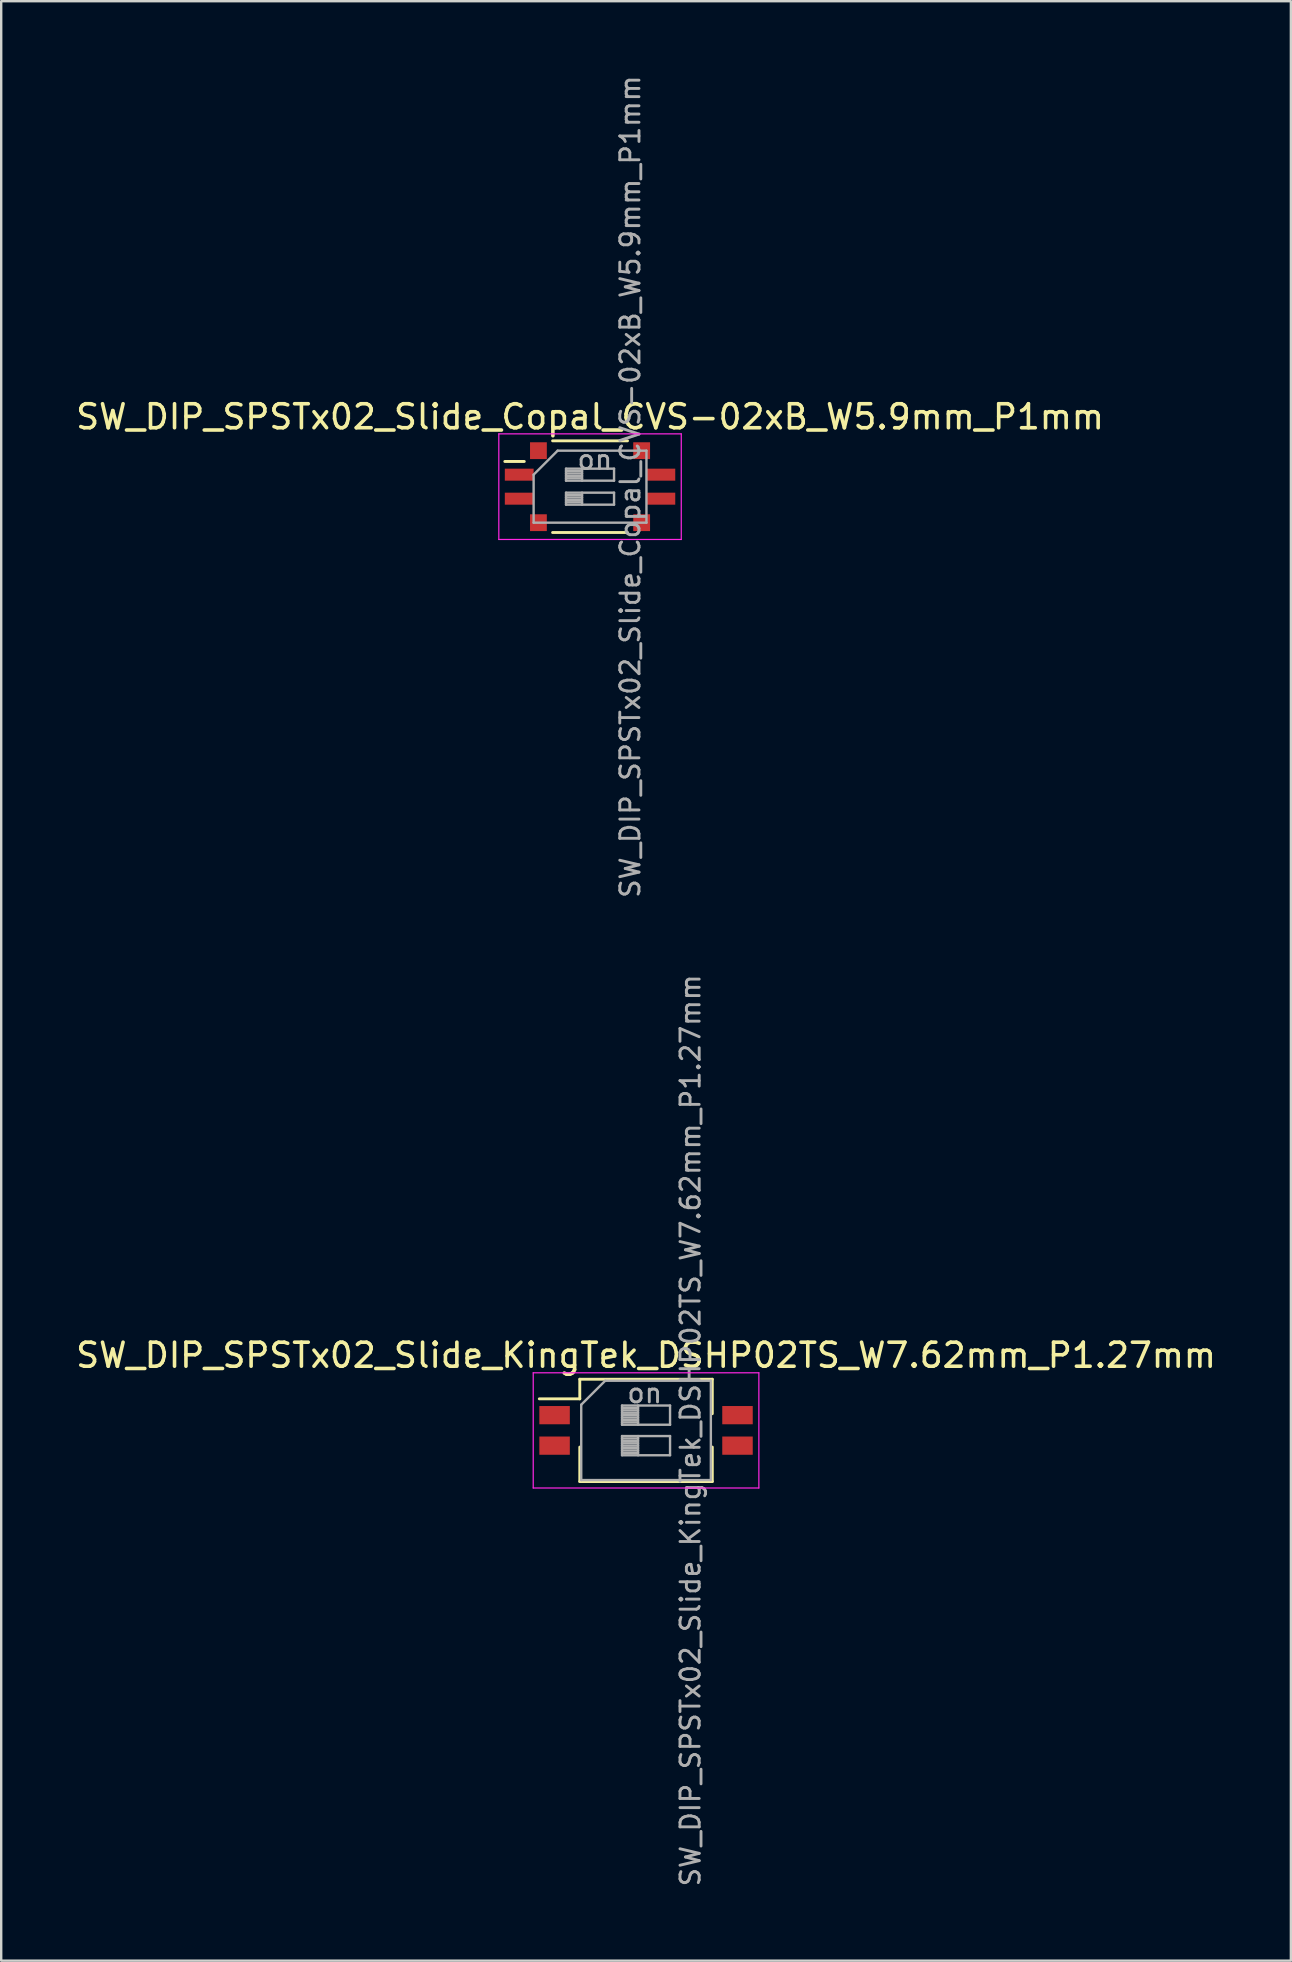
<source format=kicad_pcb>
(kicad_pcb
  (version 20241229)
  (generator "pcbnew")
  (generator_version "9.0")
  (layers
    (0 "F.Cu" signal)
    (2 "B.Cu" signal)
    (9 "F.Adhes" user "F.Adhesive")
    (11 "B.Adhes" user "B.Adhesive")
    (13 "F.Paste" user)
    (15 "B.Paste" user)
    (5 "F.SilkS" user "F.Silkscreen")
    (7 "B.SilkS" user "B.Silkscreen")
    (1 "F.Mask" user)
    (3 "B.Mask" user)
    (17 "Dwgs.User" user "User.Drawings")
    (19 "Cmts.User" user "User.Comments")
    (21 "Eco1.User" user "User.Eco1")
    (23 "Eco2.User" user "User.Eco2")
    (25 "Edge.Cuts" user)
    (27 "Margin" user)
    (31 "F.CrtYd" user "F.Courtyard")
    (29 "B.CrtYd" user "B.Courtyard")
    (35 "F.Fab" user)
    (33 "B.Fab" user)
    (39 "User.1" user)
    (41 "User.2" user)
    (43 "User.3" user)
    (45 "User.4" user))
  (footprint "SW_DIP_SPSTx02_Slide_KingTek_DSHP02TS_W7.62mm_P1.27mm"
    (layer "F.Cu")
    (at 23.863 56.538)
    (property "Reference" "SW_DIP_SPSTx02_Slide_KingTek_DSHP02TS_W7.62mm_P1.27mm" (at 0 -3.13 0) (layer "F.SilkS") (effects (font (size 1 1) (thickness 0.15))))
    (attr smd)
    (fp_line (start -4.446 -1.315) (end -2.76 -1.315) (stroke (width 0.12) (type solid)) (layer "F.SilkS"))
    (fp_line (start -2.76 -2.131) (end -2.76 -1.315) (stroke (width 0.12) (type solid)) (layer "F.SilkS"))
    (fp_line (start -2.76 -2.131) (end 2.76 -2.131) (stroke (width 0.12) (type solid)) (layer "F.SilkS"))
    (fp_line (start -2.76 0.695) (end -2.76 2.13) (stroke (width 0.12) (type solid)) (layer "F.SilkS"))
    (fp_line (start -2.76 2.13) (end 2.76 2.13) (stroke (width 0.12) (type solid)) (layer "F.SilkS"))
    (fp_line (start 2.76 -2.131) (end 2.76 -0.696) (stroke (width 0.12) (type solid)) (layer "F.SilkS"))
    (fp_line (start 2.76 0.695) (end 2.76 2.13) (stroke (width 0.12) (type solid)) (layer "F.SilkS"))
    (fp_line (start -4.7 -2.4) (end -4.7 2.4) (stroke (width 0.05) (type solid)) (layer "F.CrtYd"))
    (fp_line (start -4.7 2.4) (end 4.7 2.4) (stroke (width 0.05) (type solid)) (layer "F.CrtYd"))
    (fp_line (start 4.7 -2.4) (end -4.7 -2.4) (stroke (width 0.05) (type solid)) (layer "F.CrtYd"))
    (fp_line (start 4.7 2.4) (end 4.7 -2.4) (stroke (width 0.05) (type solid)) (layer "F.CrtYd"))
    (fp_line (start -2.7 -1.07) (end -1.7 -2.07) (stroke (width 0.1) (type solid)) (layer "F.Fab"))
    (fp_line (start -2.7 2.07) (end -2.7 -1.07) (stroke (width 0.1) (type solid)) (layer "F.Fab"))
    (fp_line (start -1.7 -2.07) (end 2.7 -2.07) (stroke (width 0.1) (type solid)) (layer "F.Fab"))
    (fp_line (start -1 -1.035) (end -1 -0.235) (stroke (width 0.1) (type solid)) (layer "F.Fab"))
    (fp_line (start -1 -0.935) (end -0.333 -0.935) (stroke (width 0.1) (type solid)) (layer "F.Fab"))
    (fp_line (start -1 -0.835) (end -0.333 -0.835) (stroke (width 0.1) (type solid)) (layer "F.Fab"))
    (fp_line (start -1 -0.735) (end -0.333 -0.735) (stroke (width 0.1) (type solid)) (layer "F.Fab"))
    (fp_line (start -1 -0.635) (end -0.333 -0.635) (stroke (width 0.1) (type solid)) (layer "F.Fab"))
    (fp_line (start -1 -0.535) (end -0.333 -0.535) (stroke (width 0.1) (type solid)) (layer "F.Fab"))
    (fp_line (start -1 -0.435) (end -0.333 -0.435) (stroke (width 0.1) (type solid)) (layer "F.Fab"))
    (fp_line (start -1 -0.335) (end -0.333 -0.335) (stroke (width 0.1) (type solid)) (layer "F.Fab"))
    (fp_line (start -1 -0.235) (end 1 -0.235) (stroke (width 0.1) (type solid)) (layer "F.Fab"))
    (fp_line (start -1 0.235) (end -1 1.035) (stroke (width 0.1) (type solid)) (layer "F.Fab"))
    (fp_line (start -1 0.335) (end -0.333 0.335) (stroke (width 0.1) (type solid)) (layer "F.Fab"))
    (fp_line (start -1 0.435) (end -0.333 0.435) (stroke (width 0.1) (type solid)) (layer "F.Fab"))
    (fp_line (start -1 0.535) (end -0.333 0.535) (stroke (width 0.1) (type solid)) (layer "F.Fab"))
    (fp_line (start -1 0.635) (end -0.333 0.635) (stroke (width 0.1) (type solid)) (layer "F.Fab"))
    (fp_line (start -1 0.735) (end -0.333 0.735) (stroke (width 0.1) (type solid)) (layer "F.Fab"))
    (fp_line (start -1 0.835) (end -0.333 0.835) (stroke (width 0.1) (type solid)) (layer "F.Fab"))
    (fp_line (start -1 0.935) (end -0.333 0.935) (stroke (width 0.1) (type solid)) (layer "F.Fab"))
    (fp_line (start -1 1.035) (end 1 1.035) (stroke (width 0.1) (type solid)) (layer "F.Fab"))
    (fp_line (start -0.333 -1.035) (end -0.333 -0.235) (stroke (width 0.1) (type solid)) (layer "F.Fab"))
    (fp_line (start -0.333 0.235) (end -0.333 1.035) (stroke (width 0.1) (type solid)) (layer "F.Fab"))
    (fp_line (start 1 -1.035) (end -1 -1.035) (stroke (width 0.1) (type solid)) (layer "F.Fab"))
    (fp_line (start 1 -0.235) (end 1 -1.035) (stroke (width 0.1) (type solid)) (layer "F.Fab"))
    (fp_line (start 1 0.235) (end -1 0.235) (stroke (width 0.1) (type solid)) (layer "F.Fab"))
    (fp_line (start 1 1.035) (end 1 0.235) (stroke (width 0.1) (type solid)) (layer "F.Fab"))
    (fp_line (start 2.7 -2.07) (end 2.7 2.07) (stroke (width 0.1) (type solid)) (layer "F.Fab"))
    (fp_line (start 2.7 2.07) (end -2.7 2.07) (stroke (width 0.1) (type solid)) (layer "F.Fab"))
    (fp_text user "${REFERENCE}" (at 1.85 0 90) (layer "F.Fab") (effects (font (size 0.8 0.8) (thickness 0.12))))
    (fp_text user "on" (at -0.055 -1.552 0) (layer "F.Fab") (effects (font (size 0.8 0.8) (thickness 0.12))))
    (pad "1" smd rect (at -3.81 -0.635) (size 1.27 0.76) (layers "F.Cu" "F.Mask" "F.Paste"))
    (pad "2" smd rect (at -3.81 0.635) (size 1.27 0.76) (layers "F.Cu" "F.Mask" "F.Paste"))
    (pad "3" smd rect (at 3.81 0.635) (size 1.27 0.76) (layers "F.Cu" "F.Mask" "F.Paste"))
    (pad "4" smd rect (at 3.81 -0.635) (size 1.27 0.76) (layers "F.Cu" "F.Mask" "F.Paste")))
  (footprint "SW_DIP_SPSTx02_Slide_Copal_CVS-02xB_W5.9mm_P1mm"
    (layer "F.Cu")
    (at 21.53 17.224)
    (property "Reference" "SW_DIP_SPSTx02_Slide_Copal_CVS-02xB_W5.9mm_P1mm" (at 0 -2.91 0) (layer "F.SilkS") (effects (font (size 1 1) (thickness 0.15))))
    (attr smd)
    (fp_line (start -3.55 -1.05) (end -2.739 -1.05) (stroke (width 0.12) (type solid)) (layer "F.SilkS"))
    (fp_line (start -1.56 -1.91) (end 1.561 -1.91) (stroke (width 0.12) (type solid)) (layer "F.SilkS"))
    (fp_line (start -1.56 1.91) (end 1.561 1.91) (stroke (width 0.12) (type solid)) (layer "F.SilkS"))
    (fp_line (start -3.8 -2.2) (end -3.8 2.2) (stroke (width 0.05) (type solid)) (layer "F.CrtYd"))
    (fp_line (start -3.8 2.2) (end 3.8 2.2) (stroke (width 0.05) (type solid)) (layer "F.CrtYd"))
    (fp_line (start 3.8 -2.2) (end -3.8 -2.2) (stroke (width 0.05) (type solid)) (layer "F.CrtYd"))
    (fp_line (start 3.8 2.2) (end 3.8 -2.2) (stroke (width 0.05) (type solid)) (layer "F.CrtYd"))
    (fp_line (start -2.35 -0.5) (end -1.35 -1.5) (stroke (width 0.1) (type solid)) (layer "F.Fab"))
    (fp_line (start -2.35 1.5) (end -2.35 -0.5) (stroke (width 0.1) (type solid)) (layer "F.Fab"))
    (fp_line (start -1.35 -1.5) (end 2.35 -1.5) (stroke (width 0.1) (type solid)) (layer "F.Fab"))
    (fp_line (start -1 -0.75) (end -1 -0.25) (stroke (width 0.1) (type solid)) (layer "F.Fab"))
    (fp_line (start -1 -0.65) (end -0.333 -0.65) (stroke (width 0.1) (type solid)) (layer "F.Fab"))
    (fp_line (start -1 -0.55) (end -0.333 -0.55) (stroke (width 0.1) (type solid)) (layer "F.Fab"))
    (fp_line (start -1 -0.45) (end -0.333 -0.45) (stroke (width 0.1) (type solid)) (layer "F.Fab"))
    (fp_line (start -1 -0.35) (end -0.333 -0.35) (stroke (width 0.1) (type solid)) (layer "F.Fab"))
    (fp_line (start -1 -0.25) (end 1 -0.25) (stroke (width 0.1) (type solid)) (layer "F.Fab"))
    (fp_line (start -1 0.25) (end -1 0.75) (stroke (width 0.1) (type solid)) (layer "F.Fab"))
    (fp_line (start -1 0.35) (end -0.333 0.35) (stroke (width 0.1) (type solid)) (layer "F.Fab"))
    (fp_line (start -1 0.45) (end -0.333 0.45) (stroke (width 0.1) (type solid)) (layer "F.Fab"))
    (fp_line (start -1 0.55) (end -0.333 0.55) (stroke (width 0.1) (type solid)) (layer "F.Fab"))
    (fp_line (start -1 0.65) (end -0.333 0.65) (stroke (width 0.1) (type solid)) (layer "F.Fab"))
    (fp_line (start -1 0.75) (end 1 0.75) (stroke (width 0.1) (type solid)) (layer "F.Fab"))
    (fp_line (start -0.333 -0.75) (end -0.333 -0.25) (stroke (width 0.1) (type solid)) (layer "F.Fab"))
    (fp_line (start -0.333 0.25) (end -0.333 0.75) (stroke (width 0.1) (type solid)) (layer "F.Fab"))
    (fp_line (start 1 -0.75) (end -1 -0.75) (stroke (width 0.1) (type solid)) (layer "F.Fab"))
    (fp_line (start 1 -0.25) (end 1 -0.75) (stroke (width 0.1) (type solid)) (layer "F.Fab"))
    (fp_line (start 1 0.25) (end -1 0.25) (stroke (width 0.1) (type solid)) (layer "F.Fab"))
    (fp_line (start 1 0.75) (end 1 0.25) (stroke (width 0.1) (type solid)) (layer "F.Fab"))
    (fp_line (start 2.35 -1.5) (end 2.35 1.5) (stroke (width 0.1) (type solid)) (layer "F.Fab"))
    (fp_line (start 2.35 1.5) (end -2.35 1.5) (stroke (width 0.1) (type solid)) (layer "F.Fab"))
    (fp_text user "${REFERENCE}" (at 1.675 0 90) (layer "F.Fab") (effects (font (size 0.8 0.8) (thickness 0.12))))
    (fp_text user "on" (at 0.2 -1.125 0) (layer "F.Fab") (effects (font (size 0.8 0.8) (thickness 0.12))))
    (pad "1" smd rect (at -2.95 -0.5) (size 1.2 0.5) (layers "F.Cu" "F.Mask" "F.Paste"))
    (pad "2" smd rect (at -2.95 0.5) (size 1.2 0.5) (layers "F.Cu" "F.Mask" "F.Paste"))
    (pad "3" smd rect (at 2.95 0.5) (size 1.2 0.5) (layers "F.Cu" "F.Mask" "F.Paste"))
    (pad "4" smd rect (at 2.95 -0.5) (size 1.2 0.5) (layers "F.Cu" "F.Mask" "F.Paste"))
    (pad "5" smd rect (at -2.15 -1.5) (size 0.7 0.7) (layers "F.Cu" "F.Mask" "F.Paste"))
    (pad "5" smd rect (at -2.15 1.5) (size 0.7 0.7) (layers "F.Cu" "F.Mask" "F.Paste"))
    (pad "5" smd rect (at 2.15 -1.5) (size 0.7 0.7) (layers "F.Cu" "F.Mask" "F.Paste"))
    (pad "5" smd rect (at 2.15 1.5) (size 0.7 0.7) (layers "F.Cu" "F.Mask" "F.Paste")))
  (gr_rect
    (start -3 -3)
    (end 50.726 78.629)
    (stroke (width 0.1) (type default))
    (fill no)
    (layer "Edge.Cuts")))
</source>
